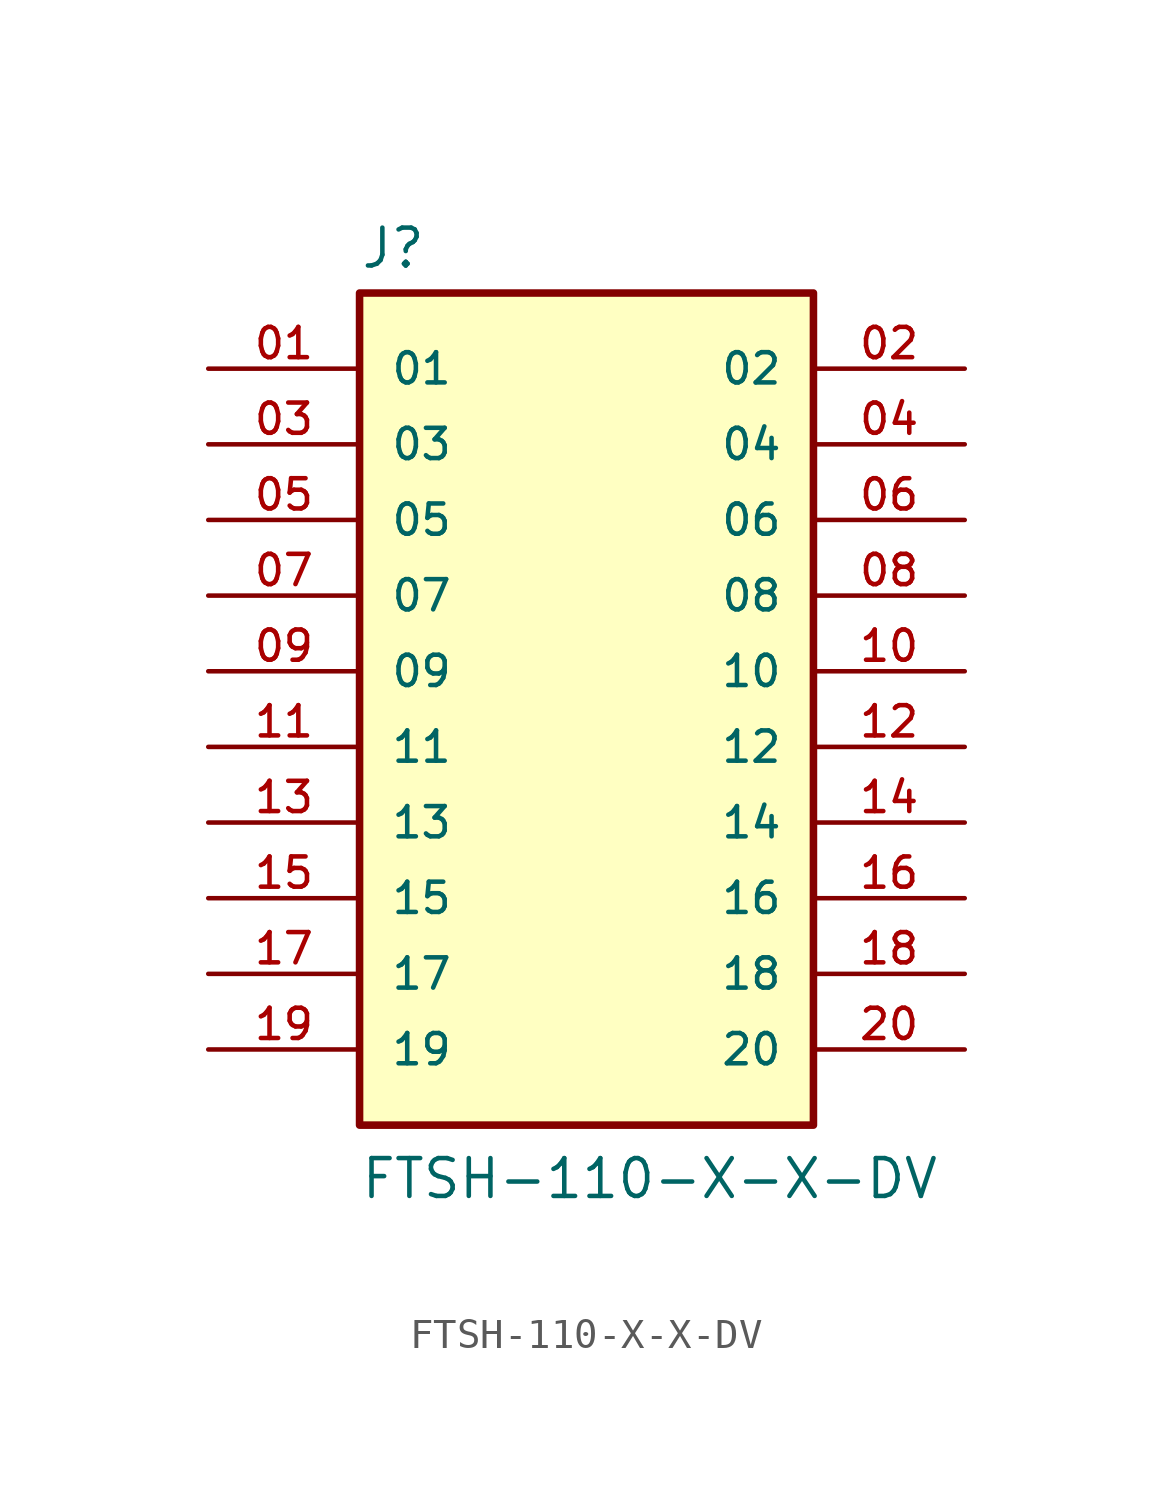
<source format=kicad_sym>
(kicad_symbol_lib
  (version 20211014)
  (generator kicad_symbol_editor)
  (symbol "FTSH-110-X-X-DV"
    (pin_names
      (offset 1.016))
    (property "Reference" "J"
      (at -7.62 13.462 0)
      (effects (font (size 1.27 1.27)) (justify bottom left)))
    (property "Value" "FTSH-110-X-X-DV"
      (at -7.62 -17.78 0)
      (effects (font (size 1.27 1.27)) (justify bottom left)))
    (symbol "FTSH-110-X-X-DV_0_0"
      (rectangle (start -7.62 -15.24) (end 7.62 12.7) (stroke (width 0.254)) (fill (type background)))
      (pin passive line (at -12.7 10.16 0) (length 5.08) (name "01" (effects (font (size 1.016 1.016)))) (number "01" (effects (font (size 1.016 1.016)))))
      (pin passive line (at 12.7 10.16 180.0) (length 5.08) (name "02" (effects (font (size 1.016 1.016)))) (number "02" (effects (font (size 1.016 1.016)))))
      (pin passive line (at -12.7 7.62 0) (length 5.08) (name "03" (effects (font (size 1.016 1.016)))) (number "03" (effects (font (size 1.016 1.016)))))
      (pin passive line (at 12.7 7.62 180.0) (length 5.08) (name "04" (effects (font (size 1.016 1.016)))) (number "04" (effects (font (size 1.016 1.016)))))
      (pin passive line (at -12.7 5.08 0) (length 5.08) (name "05" (effects (font (size 1.016 1.016)))) (number "05" (effects (font (size 1.016 1.016)))))
      (pin passive line (at 12.7 5.08 180.0) (length 5.08) (name "06" (effects (font (size 1.016 1.016)))) (number "06" (effects (font (size 1.016 1.016)))))
      (pin passive line (at -12.7 2.54 0) (length 5.08) (name "07" (effects (font (size 1.016 1.016)))) (number "07" (effects (font (size 1.016 1.016)))))
      (pin passive line (at 12.7 2.54 180.0) (length 5.08) (name "08" (effects (font (size 1.016 1.016)))) (number "08" (effects (font (size 1.016 1.016)))))
      (pin passive line (at -12.7 0.0 0) (length 5.08) (name "09" (effects (font (size 1.016 1.016)))) (number "09" (effects (font (size 1.016 1.016)))))
      (pin passive line (at 12.7 0.0 180.0) (length 5.08) (name "10" (effects (font (size 1.016 1.016)))) (number "10" (effects (font (size 1.016 1.016)))))
      (pin passive line (at -12.7 -2.54 0) (length 5.08) (name "11" (effects (font (size 1.016 1.016)))) (number "11" (effects (font (size 1.016 1.016)))))
      (pin passive line (at 12.7 -2.54 180.0) (length 5.08) (name "12" (effects (font (size 1.016 1.016)))) (number "12" (effects (font (size 1.016 1.016)))))
      (pin passive line (at -12.7 -5.08 0) (length 5.08) (name "13" (effects (font (size 1.016 1.016)))) (number "13" (effects (font (size 1.016 1.016)))))
      (pin passive line (at 12.7 -5.08 180.0) (length 5.08) (name "14" (effects (font (size 1.016 1.016)))) (number "14" (effects (font (size 1.016 1.016)))))
      (pin passive line (at -12.7 -7.62 0) (length 5.08) (name "15" (effects (font (size 1.016 1.016)))) (number "15" (effects (font (size 1.016 1.016)))))
      (pin passive line (at 12.7 -7.62 180.0) (length 5.08) (name "16" (effects (font (size 1.016 1.016)))) (number "16" (effects (font (size 1.016 1.016)))))
      (pin passive line (at -12.7 -10.16 0) (length 5.08) (name "17" (effects (font (size 1.016 1.016)))) (number "17" (effects (font (size 1.016 1.016)))))
      (pin passive line (at 12.7 -10.16 180.0) (length 5.08) (name "18" (effects (font (size 1.016 1.016)))) (number "18" (effects (font (size 1.016 1.016)))))
      (pin passive line (at -12.7 -12.7 0) (length 5.08) (name "19" (effects (font (size 1.016 1.016)))) (number "19" (effects (font (size 1.016 1.016)))))
      (pin passive line (at 12.7 -12.7 180.0) (length 5.08) (name "20" (effects (font (size 1.016 1.016)))) (number "20" (effects (font (size 1.016 1.016))))))))
</source>
